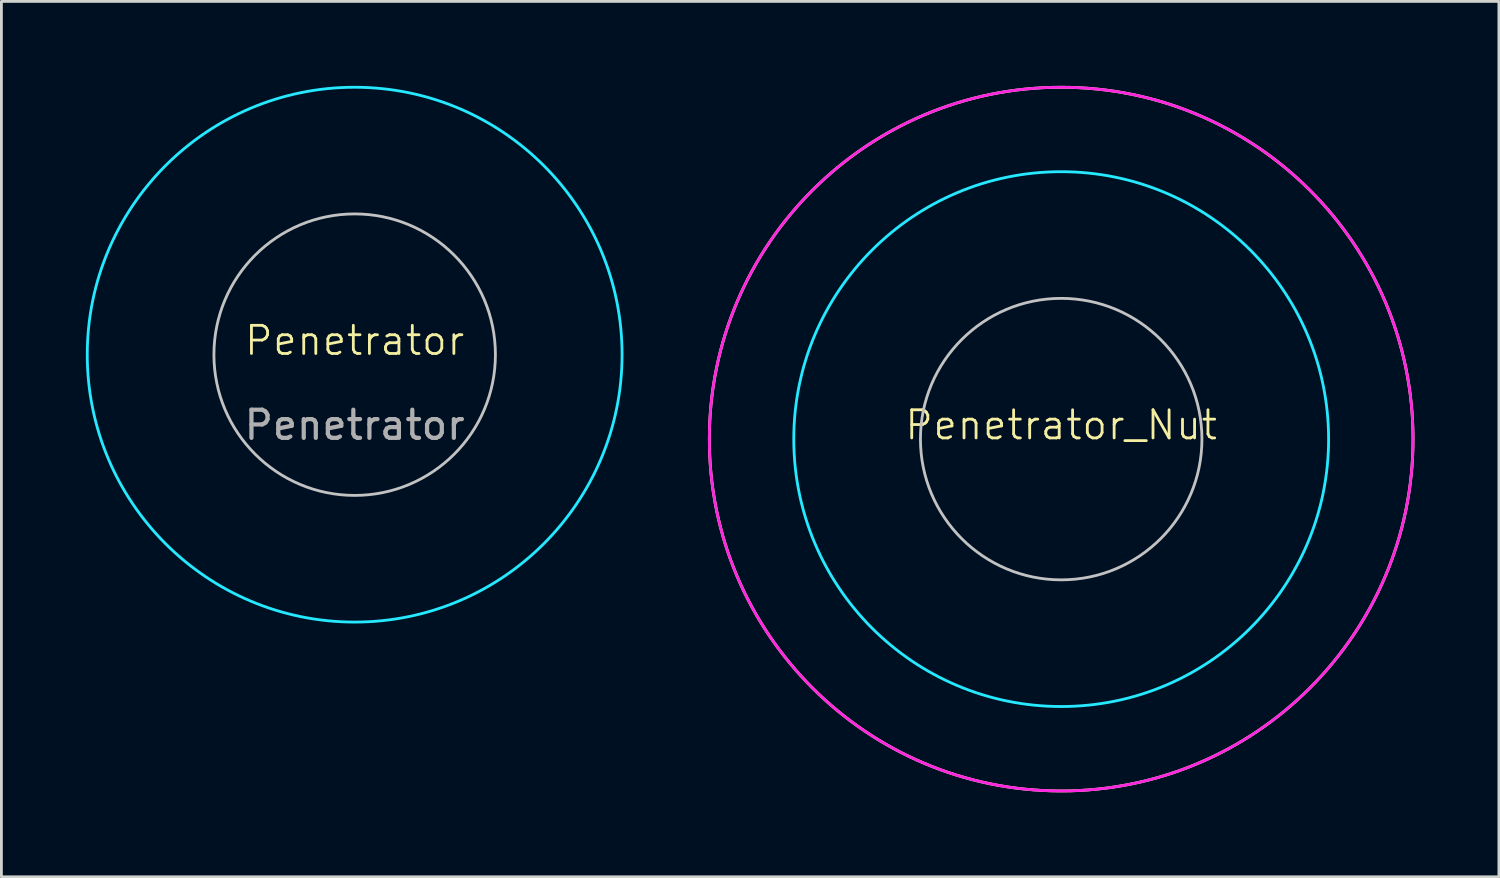
<source format=kicad_pcb>
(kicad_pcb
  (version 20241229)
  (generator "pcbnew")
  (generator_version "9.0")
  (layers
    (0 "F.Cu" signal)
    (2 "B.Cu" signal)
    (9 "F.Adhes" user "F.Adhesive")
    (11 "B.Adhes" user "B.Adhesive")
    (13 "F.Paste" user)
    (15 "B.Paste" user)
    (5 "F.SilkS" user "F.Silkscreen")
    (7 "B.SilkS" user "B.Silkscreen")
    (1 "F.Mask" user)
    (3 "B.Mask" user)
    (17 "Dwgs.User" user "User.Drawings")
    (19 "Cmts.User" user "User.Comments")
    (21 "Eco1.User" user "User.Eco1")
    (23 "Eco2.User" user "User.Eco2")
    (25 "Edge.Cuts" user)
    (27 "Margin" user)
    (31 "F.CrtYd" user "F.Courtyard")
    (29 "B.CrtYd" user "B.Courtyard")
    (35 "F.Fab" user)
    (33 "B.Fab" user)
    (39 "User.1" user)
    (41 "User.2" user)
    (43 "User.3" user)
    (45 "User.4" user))
  (footprint "Penetrator"
    (layer "F.Cu")
    (at 9.55 9.55)
    (property "Reference" "Penetrator" (at 0 -0.5 0) (unlocked yes) (layer "F.SilkS") (effects (font (size 1 1) (thickness 0.1))))
    (attr smd)
    (fp_circle (center 0 0) (end 5 0) (stroke (width 0.1) (type default)) (fill no) (layer "Dwgs.User"))
    (fp_circle (center 0 0) (end 9.5 0) (stroke (width 0.1) (type default)) (fill no) (layer "B.CrtYd"))
    (fp_text user "${REFERENCE}" (at 0 2.5 0) (unlocked yes) (layer "F.Fab") (effects (font (size 1 1) (thickness 0.15)))))
  (footprint "Penetrator_Nut"
    (layer "F.Cu")
    (at 34.65 12.55)
    (property "Reference" "Penetrator_Nut" (at 0 -0.5 0) (unlocked yes) (layer "F.SilkS") (effects (font (size 1 1) (thickness 0.1))))
    (attr smd)
    (fp_circle (center 0 0) (end 12.5 0) (stroke (width 0.1) (type default)) (fill no) (layer "F.SilkS"))
    (fp_circle (center 0 0) (end 5 0) (stroke (width 0.1) (type default)) (fill no) (layer "Dwgs.User"))
    (fp_circle (center 0 0) (end 9.5 0) (stroke (width 0.1) (type default)) (fill no) (layer "B.CrtYd"))
    (fp_circle (center 0 0) (end 12.5 0) (stroke (width 0.1) (type default)) (fill no) (layer "F.CrtYd")))
  (gr_rect
    (start -3 -3)
    (end 50.2 28.1)
    (stroke (width 0.1) (type default))
    (fill no)
    (layer "Edge.Cuts")))
</source>
